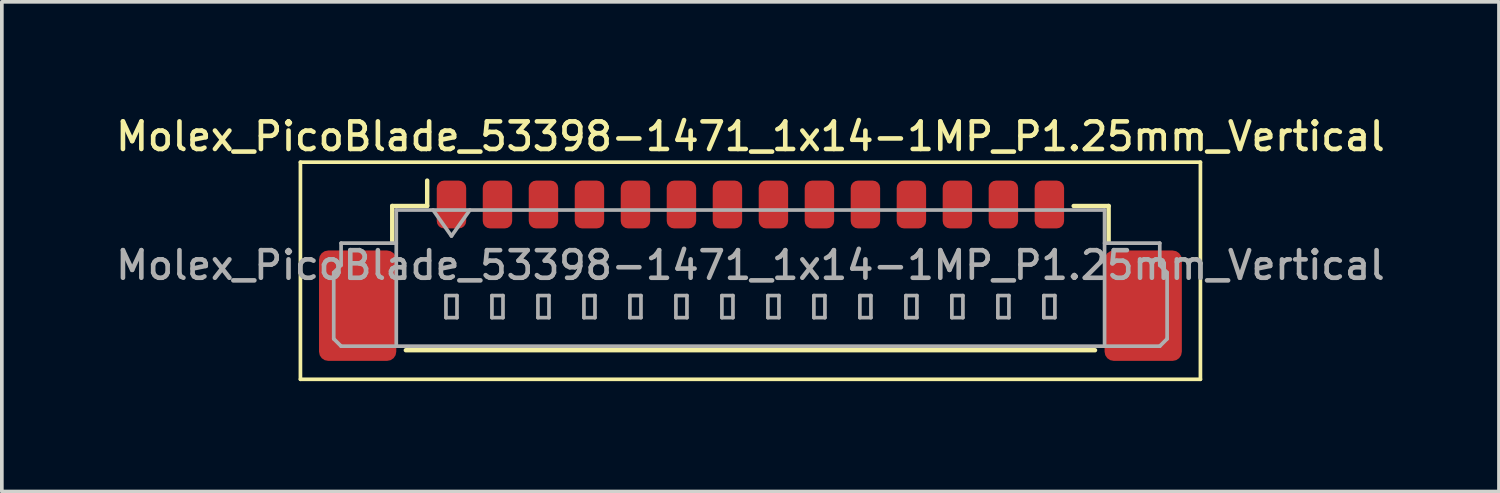
<source format=kicad_pcb>
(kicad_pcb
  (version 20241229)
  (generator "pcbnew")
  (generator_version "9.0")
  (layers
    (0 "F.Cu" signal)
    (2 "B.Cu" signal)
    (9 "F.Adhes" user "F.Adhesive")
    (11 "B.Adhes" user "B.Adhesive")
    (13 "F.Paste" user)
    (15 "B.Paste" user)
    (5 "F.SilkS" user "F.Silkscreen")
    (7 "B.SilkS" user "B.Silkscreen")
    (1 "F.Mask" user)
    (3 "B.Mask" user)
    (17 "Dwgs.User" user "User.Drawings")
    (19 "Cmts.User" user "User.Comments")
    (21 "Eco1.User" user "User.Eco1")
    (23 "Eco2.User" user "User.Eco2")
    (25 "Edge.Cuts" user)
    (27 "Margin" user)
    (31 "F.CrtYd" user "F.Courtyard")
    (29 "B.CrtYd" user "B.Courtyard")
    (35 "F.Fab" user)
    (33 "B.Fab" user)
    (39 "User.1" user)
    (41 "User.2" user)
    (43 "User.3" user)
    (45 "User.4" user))
  (footprint "Molex_PicoBlade_53398-1471_1x14-1MP_P1.25mm_Vertical"
    (layer "F.Cu")
    (at 17.345 3.758)
    (property "Reference" "Molex_PicoBlade_53398-1471_1x14-1MP_P1.25mm_Vertical" (at 0 -3.1 0) (layer "F.SilkS") (effects (font (size 0.75 0.75) (thickness 0.125))))
    (attr smd)
    (fp_line (start -12.23 -2.4) (end -12.23 3.5) (stroke (width 0.1) (type solid)) (layer "F.SilkS"))
    (fp_line (start -12.23 3.5) (end 12.23 3.5) (stroke (width 0.1) (type solid)) (layer "F.SilkS"))
    (fp_line (start -9.735 -1.21) (end -8.785 -1.21) (stroke (width 0.12) (type solid)) (layer "F.SilkS"))
    (fp_line (start -9.735 -0.26) (end -9.735 -1.21) (stroke (width 0.12) (type solid)) (layer "F.SilkS"))
    (fp_line (start -9.365 2.71) (end 9.365 2.71) (stroke (width 0.12) (type solid)) (layer "F.SilkS"))
    (fp_line (start -8.785 -1.21) (end -8.785 -1.9) (stroke (width 0.12) (type solid)) (layer "F.SilkS"))
    (fp_line (start 9.735 -1.21) (end 8.785 -1.21) (stroke (width 0.12) (type solid)) (layer "F.SilkS"))
    (fp_line (start 9.735 -0.26) (end 9.735 -1.21) (stroke (width 0.12) (type solid)) (layer "F.SilkS"))
    (fp_line (start 12.23 -2.4) (end -12.23 -2.4) (stroke (width 0.1) (type solid)) (layer "F.SilkS"))
    (fp_line (start 12.23 3.5) (end 12.23 -2.4) (stroke (width 0.1) (type solid)) (layer "F.SilkS"))
    (fp_line (start -11.325 0.6) (end -11.125 0.4) (stroke (width 0.1) (type solid)) (layer "F.Fab"))
    (fp_line (start -11.325 2.4) (end -11.325 0.6) (stroke (width 0.1) (type solid)) (layer "F.Fab"))
    (fp_line (start -11.125 -0.2) (end -9.625 -0.2) (stroke (width 0.1) (type solid)) (layer "F.Fab"))
    (fp_line (start -11.125 0.4) (end -11.125 -0.2) (stroke (width 0.1) (type solid)) (layer "F.Fab"))
    (fp_line (start -11.125 2.6) (end -11.325 2.4) (stroke (width 0.1) (type solid)) (layer "F.Fab"))
    (fp_line (start -9.625 -1.1) (end -9.625 2.6) (stroke (width 0.1) (type solid)) (layer "F.Fab"))
    (fp_line (start -9.625 -1.1) (end 9.625 -1.1) (stroke (width 0.1) (type solid)) (layer "F.Fab"))
    (fp_line (start -9.625 2.6) (end -11.125 2.6) (stroke (width 0.1) (type solid)) (layer "F.Fab"))
    (fp_line (start -9.625 2.6) (end 9.625 2.6) (stroke (width 0.1) (type solid)) (layer "F.Fab"))
    (fp_line (start -8.625 -1.1) (end -8.125 -0.393) (stroke (width 0.1) (type solid)) (layer "F.Fab"))
    (fp_line (start -8.275 1.225) (end -8.275 1.825) (stroke (width 0.1) (type solid)) (layer "F.Fab"))
    (fp_line (start -8.275 1.825) (end -7.975 1.825) (stroke (width 0.1) (type solid)) (layer "F.Fab"))
    (fp_line (start -8.125 -0.393) (end -7.625 -1.1) (stroke (width 0.1) (type solid)) (layer "F.Fab"))
    (fp_line (start -7.975 1.225) (end -8.275 1.225) (stroke (width 0.1) (type solid)) (layer "F.Fab"))
    (fp_line (start -7.975 1.825) (end -7.975 1.225) (stroke (width 0.1) (type solid)) (layer "F.Fab"))
    (fp_line (start -7.025 1.225) (end -7.025 1.825) (stroke (width 0.1) (type solid)) (layer "F.Fab"))
    (fp_line (start -7.025 1.825) (end -6.725 1.825) (stroke (width 0.1) (type solid)) (layer "F.Fab"))
    (fp_line (start -6.725 1.225) (end -7.025 1.225) (stroke (width 0.1) (type solid)) (layer "F.Fab"))
    (fp_line (start -6.725 1.825) (end -6.725 1.225) (stroke (width 0.1) (type solid)) (layer "F.Fab"))
    (fp_line (start -5.775 1.225) (end -5.775 1.825) (stroke (width 0.1) (type solid)) (layer "F.Fab"))
    (fp_line (start -5.775 1.825) (end -5.475 1.825) (stroke (width 0.1) (type solid)) (layer "F.Fab"))
    (fp_line (start -5.475 1.225) (end -5.775 1.225) (stroke (width 0.1) (type solid)) (layer "F.Fab"))
    (fp_line (start -5.475 1.825) (end -5.475 1.225) (stroke (width 0.1) (type solid)) (layer "F.Fab"))
    (fp_line (start -4.525 1.225) (end -4.525 1.825) (stroke (width 0.1) (type solid)) (layer "F.Fab"))
    (fp_line (start -4.525 1.825) (end -4.225 1.825) (stroke (width 0.1) (type solid)) (layer "F.Fab"))
    (fp_line (start -4.225 1.225) (end -4.525 1.225) (stroke (width 0.1) (type solid)) (layer "F.Fab"))
    (fp_line (start -4.225 1.825) (end -4.225 1.225) (stroke (width 0.1) (type solid)) (layer "F.Fab"))
    (fp_line (start -3.275 1.225) (end -3.275 1.825) (stroke (width 0.1) (type solid)) (layer "F.Fab"))
    (fp_line (start -3.275 1.825) (end -2.975 1.825) (stroke (width 0.1) (type solid)) (layer "F.Fab"))
    (fp_line (start -2.975 1.225) (end -3.275 1.225) (stroke (width 0.1) (type solid)) (layer "F.Fab"))
    (fp_line (start -2.975 1.825) (end -2.975 1.225) (stroke (width 0.1) (type solid)) (layer "F.Fab"))
    (fp_line (start -2.025 1.225) (end -2.025 1.825) (stroke (width 0.1) (type solid)) (layer "F.Fab"))
    (fp_line (start -2.025 1.825) (end -1.725 1.825) (stroke (width 0.1) (type solid)) (layer "F.Fab"))
    (fp_line (start -1.725 1.225) (end -2.025 1.225) (stroke (width 0.1) (type solid)) (layer "F.Fab"))
    (fp_line (start -1.725 1.825) (end -1.725 1.225) (stroke (width 0.1) (type solid)) (layer "F.Fab"))
    (fp_line (start -0.775 1.225) (end -0.775 1.825) (stroke (width 0.1) (type solid)) (layer "F.Fab"))
    (fp_line (start -0.775 1.825) (end -0.475 1.825) (stroke (width 0.1) (type solid)) (layer "F.Fab"))
    (fp_line (start -0.475 1.225) (end -0.775 1.225) (stroke (width 0.1) (type solid)) (layer "F.Fab"))
    (fp_line (start -0.475 1.825) (end -0.475 1.225) (stroke (width 0.1) (type solid)) (layer "F.Fab"))
    (fp_line (start 0.475 1.225) (end 0.475 1.825) (stroke (width 0.1) (type solid)) (layer "F.Fab"))
    (fp_line (start 0.475 1.825) (end 0.775 1.825) (stroke (width 0.1) (type solid)) (layer "F.Fab"))
    (fp_line (start 0.775 1.225) (end 0.475 1.225) (stroke (width 0.1) (type solid)) (layer "F.Fab"))
    (fp_line (start 0.775 1.825) (end 0.775 1.225) (stroke (width 0.1) (type solid)) (layer "F.Fab"))
    (fp_line (start 1.725 1.225) (end 1.725 1.825) (stroke (width 0.1) (type solid)) (layer "F.Fab"))
    (fp_line (start 1.725 1.825) (end 2.025 1.825) (stroke (width 0.1) (type solid)) (layer "F.Fab"))
    (fp_line (start 2.025 1.225) (end 1.725 1.225) (stroke (width 0.1) (type solid)) (layer "F.Fab"))
    (fp_line (start 2.025 1.825) (end 2.025 1.225) (stroke (width 0.1) (type solid)) (layer "F.Fab"))
    (fp_line (start 2.975 1.225) (end 2.975 1.825) (stroke (width 0.1) (type solid)) (layer "F.Fab"))
    (fp_line (start 2.975 1.825) (end 3.275 1.825) (stroke (width 0.1) (type solid)) (layer "F.Fab"))
    (fp_line (start 3.275 1.225) (end 2.975 1.225) (stroke (width 0.1) (type solid)) (layer "F.Fab"))
    (fp_line (start 3.275 1.825) (end 3.275 1.225) (stroke (width 0.1) (type solid)) (layer "F.Fab"))
    (fp_line (start 4.225 1.225) (end 4.225 1.825) (stroke (width 0.1) (type solid)) (layer "F.Fab"))
    (fp_line (start 4.225 1.825) (end 4.525 1.825) (stroke (width 0.1) (type solid)) (layer "F.Fab"))
    (fp_line (start 4.525 1.225) (end 4.225 1.225) (stroke (width 0.1) (type solid)) (layer "F.Fab"))
    (fp_line (start 4.525 1.825) (end 4.525 1.225) (stroke (width 0.1) (type solid)) (layer "F.Fab"))
    (fp_line (start 5.475 1.225) (end 5.475 1.825) (stroke (width 0.1) (type solid)) (layer "F.Fab"))
    (fp_line (start 5.475 1.825) (end 5.775 1.825) (stroke (width 0.1) (type solid)) (layer "F.Fab"))
    (fp_line (start 5.775 1.225) (end 5.475 1.225) (stroke (width 0.1) (type solid)) (layer "F.Fab"))
    (fp_line (start 5.775 1.825) (end 5.775 1.225) (stroke (width 0.1) (type solid)) (layer "F.Fab"))
    (fp_line (start 6.725 1.225) (end 6.725 1.825) (stroke (width 0.1) (type solid)) (layer "F.Fab"))
    (fp_line (start 6.725 1.825) (end 7.025 1.825) (stroke (width 0.1) (type solid)) (layer "F.Fab"))
    (fp_line (start 7.025 1.225) (end 6.725 1.225) (stroke (width 0.1) (type solid)) (layer "F.Fab"))
    (fp_line (start 7.025 1.825) (end 7.025 1.225) (stroke (width 0.1) (type solid)) (layer "F.Fab"))
    (fp_line (start 7.975 1.225) (end 7.975 1.825) (stroke (width 0.1) (type solid)) (layer "F.Fab"))
    (fp_line (start 7.975 1.825) (end 8.275 1.825) (stroke (width 0.1) (type solid)) (layer "F.Fab"))
    (fp_line (start 8.275 1.225) (end 7.975 1.225) (stroke (width 0.1) (type solid)) (layer "F.Fab"))
    (fp_line (start 8.275 1.825) (end 8.275 1.225) (stroke (width 0.1) (type solid)) (layer "F.Fab"))
    (fp_line (start 9.625 -1.1) (end 9.625 2.6) (stroke (width 0.1) (type solid)) (layer "F.Fab"))
    (fp_line (start 9.625 2.6) (end 11.125 2.6) (stroke (width 0.1) (type solid)) (layer "F.Fab"))
    (fp_line (start 11.125 -0.2) (end 9.625 -0.2) (stroke (width 0.1) (type solid)) (layer "F.Fab"))
    (fp_line (start 11.125 0.4) (end 11.125 -0.2) (stroke (width 0.1) (type solid)) (layer "F.Fab"))
    (fp_line (start 11.125 2.6) (end 11.325 2.4) (stroke (width 0.1) (type solid)) (layer "F.Fab"))
    (fp_line (start 11.325 0.6) (end 11.125 0.4) (stroke (width 0.1) (type solid)) (layer "F.Fab"))
    (fp_line (start 11.325 2.4) (end 11.325 0.6) (stroke (width 0.1) (type solid)) (layer "F.Fab"))
    (fp_text user "${REFERENCE}" (at 0 0.4 0) (layer "F.Fab") (effects (font (size 0.75 0.75) (thickness 0.125))))
    (pad "1" smd roundrect (at -8.125 -1.25) (size 0.8 1.3) (layers "F.Cu" "F.Mask" "F.Paste") (roundrect_rratio 0.25))
    (pad "2" smd roundrect (at -6.875 -1.25) (size 0.8 1.3) (layers "F.Cu" "F.Mask" "F.Paste") (roundrect_rratio 0.25))
    (pad "3" smd roundrect (at -5.625 -1.25) (size 0.8 1.3) (layers "F.Cu" "F.Mask" "F.Paste") (roundrect_rratio 0.25))
    (pad "4" smd roundrect (at -4.375 -1.25) (size 0.8 1.3) (layers "F.Cu" "F.Mask" "F.Paste") (roundrect_rratio 0.25))
    (pad "5" smd roundrect (at -3.125 -1.25) (size 0.8 1.3) (layers "F.Cu" "F.Mask" "F.Paste") (roundrect_rratio 0.25))
    (pad "6" smd roundrect (at -1.875 -1.25) (size 0.8 1.3) (layers "F.Cu" "F.Mask" "F.Paste") (roundrect_rratio 0.25))
    (pad "7" smd roundrect (at -0.625 -1.25) (size 0.8 1.3) (layers "F.Cu" "F.Mask" "F.Paste") (roundrect_rratio 0.25))
    (pad "8" smd roundrect (at 0.625 -1.25) (size 0.8 1.3) (layers "F.Cu" "F.Mask" "F.Paste") (roundrect_rratio 0.25))
    (pad "9" smd roundrect (at 1.875 -1.25) (size 0.8 1.3) (layers "F.Cu" "F.Mask" "F.Paste") (roundrect_rratio 0.25))
    (pad "10" smd roundrect (at 3.125 -1.25) (size 0.8 1.3) (layers "F.Cu" "F.Mask" "F.Paste") (roundrect_rratio 0.25))
    (pad "11" smd roundrect (at 4.375 -1.25) (size 0.8 1.3) (layers "F.Cu" "F.Mask" "F.Paste") (roundrect_rratio 0.25))
    (pad "12" smd roundrect (at 5.625 -1.25) (size 0.8 1.3) (layers "F.Cu" "F.Mask" "F.Paste") (roundrect_rratio 0.25))
    (pad "13" smd roundrect (at 6.875 -1.25) (size 0.8 1.3) (layers "F.Cu" "F.Mask" "F.Paste") (roundrect_rratio 0.25))
    (pad "14" smd roundrect (at 8.125 -1.25) (size 0.8 1.3) (layers "F.Cu" "F.Mask" "F.Paste") (roundrect_rratio 0.25))
    (pad "MP" smd roundrect (at -10.675 1.5) (size 2.1 3) (layers "F.Cu" "F.Mask" "F.Paste") (roundrect_rratio 0.119))
    (pad "MP" smd roundrect (at 10.675 1.5) (size 2.1 3) (layers "F.Cu" "F.Mask" "F.Paste") (roundrect_rratio 0.119)))
  (gr_rect
    (start -3 -3)
    (end 37.689 10.308)
    (stroke (width 0.1) (type default))
    (fill no)
    (layer "Edge.Cuts")))
</source>
